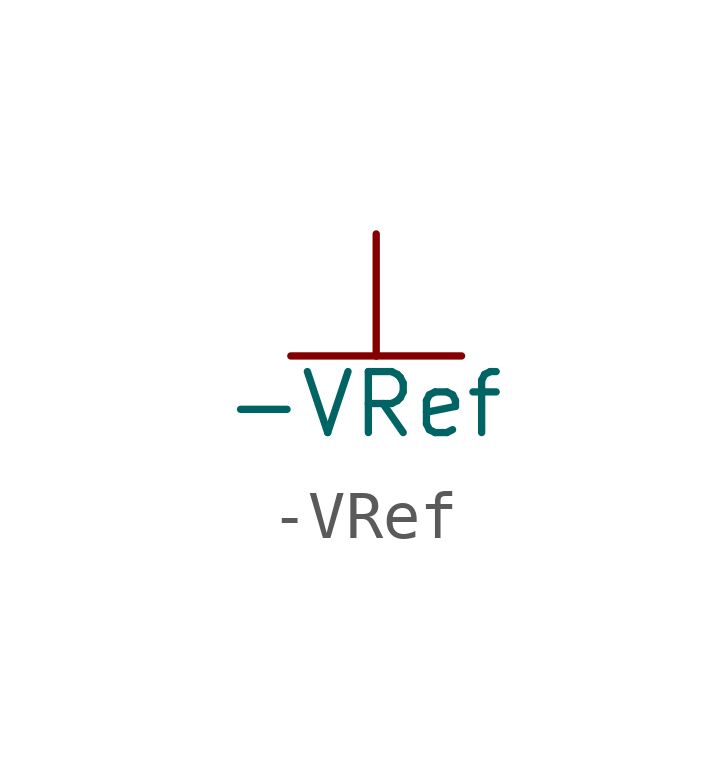
<source format=kicad_sym>
(kicad_symbol_lib
  (version 20220914)
  (generator kicad_symbol_editor)
  (symbol "-VRef"
    (power)
    (pin_numbers hide)
    (pin_names
      (offset 0) hide)
    (property "Reference" "#PWR"
      (at 0 -7.112 0)
      (effects (font (size 1.27 1.27)) hide))
    (property "Value" "-VRef"
      (at -0.254 -3.556 0)
      (effects (font (size 1.27 1.27))))
    (property "Footprint" ""
      (at 0 0 0)
      (effects (font (size 1.524 1.524))))
    (property "Datasheet" ""
      (at 0 0 0)
      (effects (font (size 1.524 1.524))))
    (symbol "-VRef_0_1"
      (polyline (pts (xy -1.778 -2.54) (xy 0 -2.54)) (stroke (width 0) (type default)) (fill (type none)))
      (polyline (pts (xy 0 -2.54) (xy 0 0)) (stroke (width 0) (type default)) (fill (type none)))
      (polyline (pts (xy 0 -2.54) (xy 1.778 -2.54)) (stroke (width 0) (type default)) (fill (type none))))
    (symbol "-VRef_1_1"
      (pin power_in line (at 0 0 270) (length 0) hide (name "-VRef" (effects (font (size 1.27 1.27)))) (number "1" (effects (font (size 1.27 1.27))))))))
</source>
